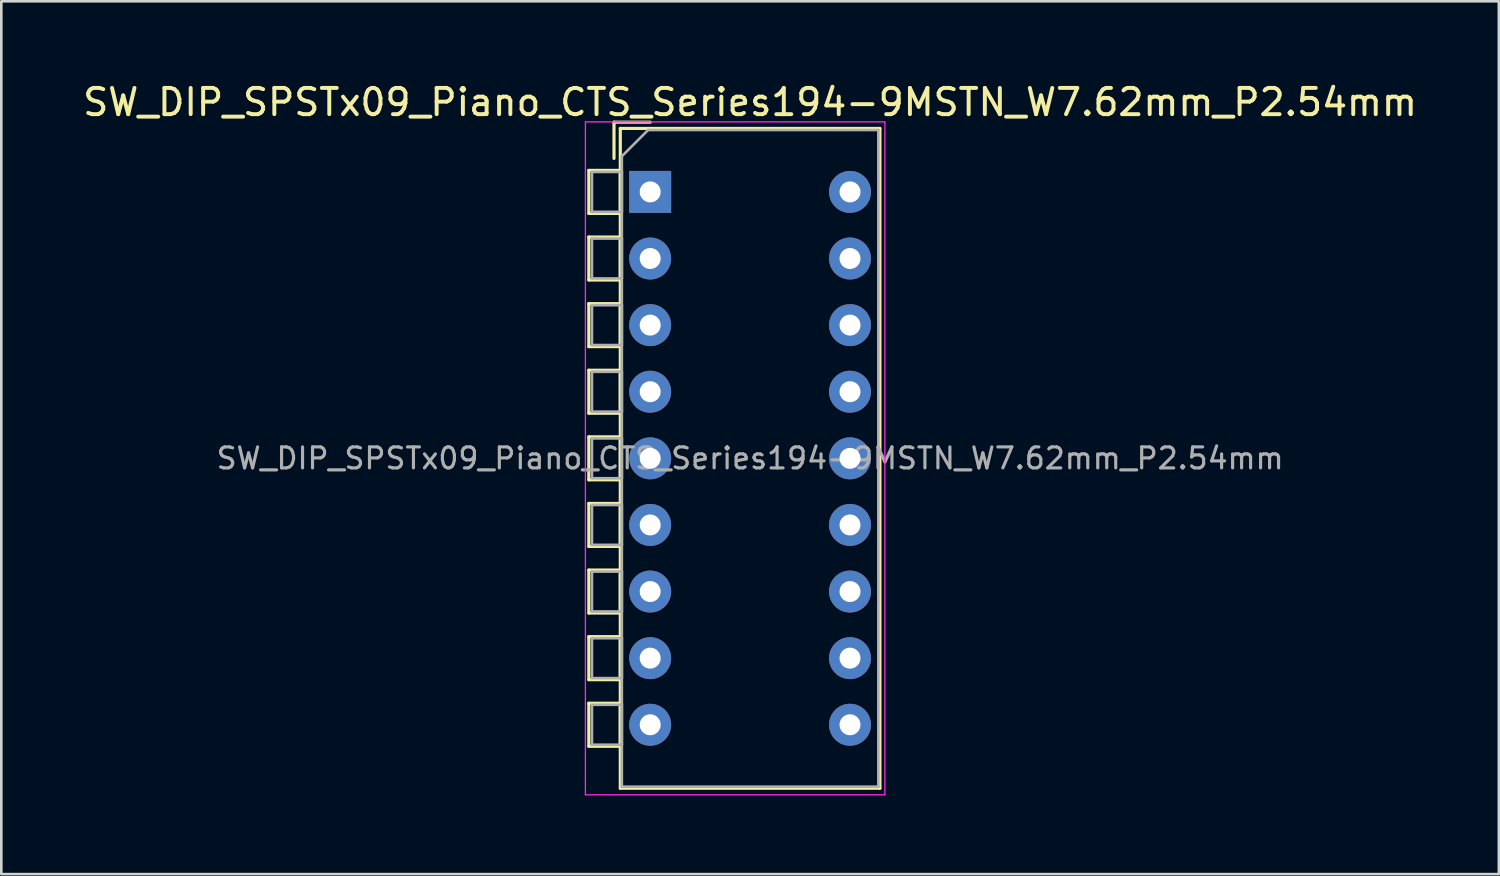
<source format=kicad_pcb>
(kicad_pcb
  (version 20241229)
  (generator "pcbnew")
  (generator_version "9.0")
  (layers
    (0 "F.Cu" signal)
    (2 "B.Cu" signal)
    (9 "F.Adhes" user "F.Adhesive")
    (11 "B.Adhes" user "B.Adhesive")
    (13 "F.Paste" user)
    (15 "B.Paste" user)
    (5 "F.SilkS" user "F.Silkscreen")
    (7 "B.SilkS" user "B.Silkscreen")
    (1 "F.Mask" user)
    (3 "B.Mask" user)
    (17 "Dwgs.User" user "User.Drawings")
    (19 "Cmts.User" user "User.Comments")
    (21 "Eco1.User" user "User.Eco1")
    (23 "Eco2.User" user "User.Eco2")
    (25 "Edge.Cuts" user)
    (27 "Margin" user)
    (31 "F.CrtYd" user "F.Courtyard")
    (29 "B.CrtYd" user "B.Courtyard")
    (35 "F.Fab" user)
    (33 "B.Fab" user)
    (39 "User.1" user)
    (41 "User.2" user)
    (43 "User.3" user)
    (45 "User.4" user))
  (footprint "SW_DIP_SPSTx09_Piano_CTS_Series194-9MSTN_W7.62mm_P2.54mm"
    (layer "F.Cu")
    (at 21.744 4.268)
    (property "Reference" "SW_DIP_SPSTx09_Piano_CTS_Series194-9MSTN_W7.62mm_P2.54mm" (at 3.81 -3.42 0) (layer "F.SilkS") (effects (font (size 1 1) (thickness 0.15))))
    (attr through_hole)
    (fp_line (start -2.34 -0.82) (end -2.34 0.82) (stroke (width 0.12) (type solid)) (layer "F.SilkS"))
    (fp_line (start -2.34 -0.82) (end -1.14 -0.82) (stroke (width 0.12) (type solid)) (layer "F.SilkS"))
    (fp_line (start -2.34 0.82) (end -1.14 0.82) (stroke (width 0.12) (type solid)) (layer "F.SilkS"))
    (fp_line (start -2.34 1.72) (end -2.34 3.36) (stroke (width 0.12) (type solid)) (layer "F.SilkS"))
    (fp_line (start -2.34 1.72) (end -1.14 1.72) (stroke (width 0.12) (type solid)) (layer "F.SilkS"))
    (fp_line (start -2.34 3.36) (end -1.14 3.36) (stroke (width 0.12) (type solid)) (layer "F.SilkS"))
    (fp_line (start -2.34 4.26) (end -2.34 5.9) (stroke (width 0.12) (type solid)) (layer "F.SilkS"))
    (fp_line (start -2.34 4.26) (end -1.14 4.26) (stroke (width 0.12) (type solid)) (layer "F.SilkS"))
    (fp_line (start -2.34 5.9) (end -1.14 5.9) (stroke (width 0.12) (type solid)) (layer "F.SilkS"))
    (fp_line (start -2.34 6.8) (end -2.34 8.44) (stroke (width 0.12) (type solid)) (layer "F.SilkS"))
    (fp_line (start -2.34 6.8) (end -1.14 6.8) (stroke (width 0.12) (type solid)) (layer "F.SilkS"))
    (fp_line (start -2.34 8.44) (end -1.14 8.44) (stroke (width 0.12) (type solid)) (layer "F.SilkS"))
    (fp_line (start -2.34 9.34) (end -2.34 10.98) (stroke (width 0.12) (type solid)) (layer "F.SilkS"))
    (fp_line (start -2.34 9.34) (end -1.14 9.34) (stroke (width 0.12) (type solid)) (layer "F.SilkS"))
    (fp_line (start -2.34 10.98) (end -1.14 10.98) (stroke (width 0.12) (type solid)) (layer "F.SilkS"))
    (fp_line (start -2.34 11.88) (end -2.34 13.52) (stroke (width 0.12) (type solid)) (layer "F.SilkS"))
    (fp_line (start -2.34 11.88) (end -1.14 11.88) (stroke (width 0.12) (type solid)) (layer "F.SilkS"))
    (fp_line (start -2.34 13.52) (end -1.14 13.52) (stroke (width 0.12) (type solid)) (layer "F.SilkS"))
    (fp_line (start -2.34 14.42) (end -2.34 16.06) (stroke (width 0.12) (type solid)) (layer "F.SilkS"))
    (fp_line (start -2.34 14.42) (end -1.14 14.42) (stroke (width 0.12) (type solid)) (layer "F.SilkS"))
    (fp_line (start -2.34 16.06) (end -1.14 16.06) (stroke (width 0.12) (type solid)) (layer "F.SilkS"))
    (fp_line (start -2.34 16.96) (end -2.34 18.6) (stroke (width 0.12) (type solid)) (layer "F.SilkS"))
    (fp_line (start -2.34 16.96) (end -1.14 16.96) (stroke (width 0.12) (type solid)) (layer "F.SilkS"))
    (fp_line (start -2.34 18.6) (end -1.14 18.6) (stroke (width 0.12) (type solid)) (layer "F.SilkS"))
    (fp_line (start -2.34 19.5) (end -2.34 21.14) (stroke (width 0.12) (type solid)) (layer "F.SilkS"))
    (fp_line (start -2.34 19.5) (end -1.14 19.5) (stroke (width 0.12) (type solid)) (layer "F.SilkS"))
    (fp_line (start -2.34 21.14) (end -1.14 21.14) (stroke (width 0.12) (type solid)) (layer "F.SilkS"))
    (fp_line (start -1.38 -2.66) (end -1.38 -1.277) (stroke (width 0.12) (type solid)) (layer "F.SilkS"))
    (fp_line (start -1.38 -2.66) (end 0.003 -2.66) (stroke (width 0.12) (type solid)) (layer "F.SilkS"))
    (fp_line (start -1.14 -2.42) (end -1.14 22.74) (stroke (width 0.12) (type solid)) (layer "F.SilkS"))
    (fp_line (start -1.14 -2.42) (end 8.76 -2.42) (stroke (width 0.12) (type solid)) (layer "F.SilkS"))
    (fp_line (start -1.14 -0.82) (end -1.14 0.82) (stroke (width 0.12) (type solid)) (layer "F.SilkS"))
    (fp_line (start -1.14 1.72) (end -1.14 3.36) (stroke (width 0.12) (type solid)) (layer "F.SilkS"))
    (fp_line (start -1.14 4.26) (end -1.14 5.9) (stroke (width 0.12) (type solid)) (layer "F.SilkS"))
    (fp_line (start -1.14 6.8) (end -1.14 8.44) (stroke (width 0.12) (type solid)) (layer "F.SilkS"))
    (fp_line (start -1.14 9.34) (end -1.14 10.98) (stroke (width 0.12) (type solid)) (layer "F.SilkS"))
    (fp_line (start -1.14 11.88) (end -1.14 13.52) (stroke (width 0.12) (type solid)) (layer "F.SilkS"))
    (fp_line (start -1.14 14.42) (end -1.14 16.06) (stroke (width 0.12) (type solid)) (layer "F.SilkS"))
    (fp_line (start -1.14 16.96) (end -1.14 18.6) (stroke (width 0.12) (type solid)) (layer "F.SilkS"))
    (fp_line (start -1.14 19.5) (end -1.14 21.14) (stroke (width 0.12) (type solid)) (layer "F.SilkS"))
    (fp_line (start -1.14 22.74) (end 8.76 22.74) (stroke (width 0.12) (type solid)) (layer "F.SilkS"))
    (fp_line (start 8.76 -2.42) (end 8.76 22.74) (stroke (width 0.12) (type solid)) (layer "F.SilkS"))
    (fp_line (start -2.47 -2.67) (end -2.47 22.99) (stroke (width 0.05) (type solid)) (layer "F.CrtYd"))
    (fp_line (start -2.47 22.99) (end 8.95 22.99) (stroke (width 0.05) (type solid)) (layer "F.CrtYd"))
    (fp_line (start 8.95 -2.67) (end -2.47 -2.67) (stroke (width 0.05) (type solid)) (layer "F.CrtYd"))
    (fp_line (start 8.95 22.99) (end 8.95 -2.67) (stroke (width 0.05) (type solid)) (layer "F.CrtYd"))
    (fp_line (start -2.22 -0.76) (end -1.08 -0.76) (stroke (width 0.1) (type solid)) (layer "F.Fab"))
    (fp_line (start -2.22 0.76) (end -2.22 -0.76) (stroke (width 0.1) (type solid)) (layer "F.Fab"))
    (fp_line (start -2.22 1.78) (end -1.08 1.78) (stroke (width 0.1) (type solid)) (layer "F.Fab"))
    (fp_line (start -2.22 3.3) (end -2.22 1.78) (stroke (width 0.1) (type solid)) (layer "F.Fab"))
    (fp_line (start -2.22 4.32) (end -1.08 4.32) (stroke (width 0.1) (type solid)) (layer "F.Fab"))
    (fp_line (start -2.22 5.84) (end -2.22 4.32) (stroke (width 0.1) (type solid)) (layer "F.Fab"))
    (fp_line (start -2.22 6.86) (end -1.08 6.86) (stroke (width 0.1) (type solid)) (layer "F.Fab"))
    (fp_line (start -2.22 8.38) (end -2.22 6.86) (stroke (width 0.1) (type solid)) (layer "F.Fab"))
    (fp_line (start -2.22 9.4) (end -1.08 9.4) (stroke (width 0.1) (type solid)) (layer "F.Fab"))
    (fp_line (start -2.22 10.92) (end -2.22 9.4) (stroke (width 0.1) (type solid)) (layer "F.Fab"))
    (fp_line (start -2.22 11.94) (end -1.08 11.94) (stroke (width 0.1) (type solid)) (layer "F.Fab"))
    (fp_line (start -2.22 13.46) (end -2.22 11.94) (stroke (width 0.1) (type solid)) (layer "F.Fab"))
    (fp_line (start -2.22 14.48) (end -1.08 14.48) (stroke (width 0.1) (type solid)) (layer "F.Fab"))
    (fp_line (start -2.22 16) (end -2.22 14.48) (stroke (width 0.1) (type solid)) (layer "F.Fab"))
    (fp_line (start -2.22 17.02) (end -1.08 17.02) (stroke (width 0.1) (type solid)) (layer "F.Fab"))
    (fp_line (start -2.22 18.54) (end -2.22 17.02) (stroke (width 0.1) (type solid)) (layer "F.Fab"))
    (fp_line (start -2.22 19.56) (end -1.08 19.56) (stroke (width 0.1) (type solid)) (layer "F.Fab"))
    (fp_line (start -2.22 21.08) (end -2.22 19.56) (stroke (width 0.1) (type solid)) (layer "F.Fab"))
    (fp_line (start -1.08 -1.36) (end -0.08 -2.36) (stroke (width 0.1) (type solid)) (layer "F.Fab"))
    (fp_line (start -1.08 -0.76) (end -1.08 0.76) (stroke (width 0.1) (type solid)) (layer "F.Fab"))
    (fp_line (start -1.08 0.76) (end -2.22 0.76) (stroke (width 0.1) (type solid)) (layer "F.Fab"))
    (fp_line (start -1.08 1.78) (end -1.08 3.3) (stroke (width 0.1) (type solid)) (layer "F.Fab"))
    (fp_line (start -1.08 3.3) (end -2.22 3.3) (stroke (width 0.1) (type solid)) (layer "F.Fab"))
    (fp_line (start -1.08 4.32) (end -1.08 5.84) (stroke (width 0.1) (type solid)) (layer "F.Fab"))
    (fp_line (start -1.08 5.84) (end -2.22 5.84) (stroke (width 0.1) (type solid)) (layer "F.Fab"))
    (fp_line (start -1.08 6.86) (end -1.08 8.38) (stroke (width 0.1) (type solid)) (layer "F.Fab"))
    (fp_line (start -1.08 8.38) (end -2.22 8.38) (stroke (width 0.1) (type solid)) (layer "F.Fab"))
    (fp_line (start -1.08 9.4) (end -1.08 10.92) (stroke (width 0.1) (type solid)) (layer "F.Fab"))
    (fp_line (start -1.08 10.92) (end -2.22 10.92) (stroke (width 0.1) (type solid)) (layer "F.Fab"))
    (fp_line (start -1.08 11.94) (end -1.08 13.46) (stroke (width 0.1) (type solid)) (layer "F.Fab"))
    (fp_line (start -1.08 13.46) (end -2.22 13.46) (stroke (width 0.1) (type solid)) (layer "F.Fab"))
    (fp_line (start -1.08 14.48) (end -1.08 16) (stroke (width 0.1) (type solid)) (layer "F.Fab"))
    (fp_line (start -1.08 16) (end -2.22 16) (stroke (width 0.1) (type solid)) (layer "F.Fab"))
    (fp_line (start -1.08 17.02) (end -1.08 18.54) (stroke (width 0.1) (type solid)) (layer "F.Fab"))
    (fp_line (start -1.08 18.54) (end -2.22 18.54) (stroke (width 0.1) (type solid)) (layer "F.Fab"))
    (fp_line (start -1.08 19.56) (end -1.08 21.08) (stroke (width 0.1) (type solid)) (layer "F.Fab"))
    (fp_line (start -1.08 21.08) (end -2.22 21.08) (stroke (width 0.1) (type solid)) (layer "F.Fab"))
    (fp_line (start -1.08 22.68) (end -1.08 -1.36) (stroke (width 0.1) (type solid)) (layer "F.Fab"))
    (fp_line (start -0.08 -2.36) (end 8.7 -2.36) (stroke (width 0.1) (type solid)) (layer "F.Fab"))
    (fp_line (start 8.7 -2.36) (end 8.7 22.68) (stroke (width 0.1) (type solid)) (layer "F.Fab"))
    (fp_line (start 8.7 22.68) (end -1.08 22.68) (stroke (width 0.1) (type solid)) (layer "F.Fab"))
    (fp_text user "${REFERENCE}" (at 3.81 10.16 0) (layer "F.Fab") (effects (font (size 0.8 0.8) (thickness 0.12))))
    (pad "1" thru_hole rect (at 0 0) (size 1.6 1.6) (drill 0.8) (layers "*.Cu" "*.Mask"))
    (pad "2" thru_hole circle (at 0 2.54) (size 1.6 1.6) (drill 0.8) (layers "*.Cu" "*.Mask"))
    (pad "3" thru_hole circle (at 0 5.08) (size 1.6 1.6) (drill 0.8) (layers "*.Cu" "*.Mask"))
    (pad "4" thru_hole circle (at 0 7.62) (size 1.6 1.6) (drill 0.8) (layers "*.Cu" "*.Mask"))
    (pad "5" thru_hole circle (at 0 10.16) (size 1.6 1.6) (drill 0.8) (layers "*.Cu" "*.Mask"))
    (pad "6" thru_hole circle (at 0 12.7) (size 1.6 1.6) (drill 0.8) (layers "*.Cu" "*.Mask"))
    (pad "7" thru_hole circle (at 0 15.24) (size 1.6 1.6) (drill 0.8) (layers "*.Cu" "*.Mask"))
    (pad "8" thru_hole circle (at 0 17.78) (size 1.6 1.6) (drill 0.8) (layers "*.Cu" "*.Mask"))
    (pad "9" thru_hole circle (at 0 20.32) (size 1.6 1.6) (drill 0.8) (layers "*.Cu" "*.Mask"))
    (pad "10" thru_hole circle (at 7.62 20.32) (size 1.6 1.6) (drill 0.8) (layers "*.Cu" "*.Mask"))
    (pad "11" thru_hole circle (at 7.62 17.78) (size 1.6 1.6) (drill 0.8) (layers "*.Cu" "*.Mask"))
    (pad "12" thru_hole circle (at 7.62 15.24) (size 1.6 1.6) (drill 0.8) (layers "*.Cu" "*.Mask"))
    (pad "13" thru_hole circle (at 7.62 12.7) (size 1.6 1.6) (drill 0.8) (layers "*.Cu" "*.Mask"))
    (pad "14" thru_hole circle (at 7.62 10.16) (size 1.6 1.6) (drill 0.8) (layers "*.Cu" "*.Mask"))
    (pad "15" thru_hole circle (at 7.62 7.62) (size 1.6 1.6) (drill 0.8) (layers "*.Cu" "*.Mask"))
    (pad "16" thru_hole circle (at 7.62 5.08) (size 1.6 1.6) (drill 0.8) (layers "*.Cu" "*.Mask"))
    (pad "17" thru_hole circle (at 7.62 2.54) (size 1.6 1.6) (drill 0.8) (layers "*.Cu" "*.Mask"))
    (pad "18" thru_hole circle (at 7.62 0) (size 1.6 1.6) (drill 0.8) (layers "*.Cu" "*.Mask")))
  (gr_rect
    (start -3 -3)
    (end 54.107 30.283)
    (stroke (width 0.1) (type default))
    (fill no)
    (layer "Edge.Cuts")))
</source>
